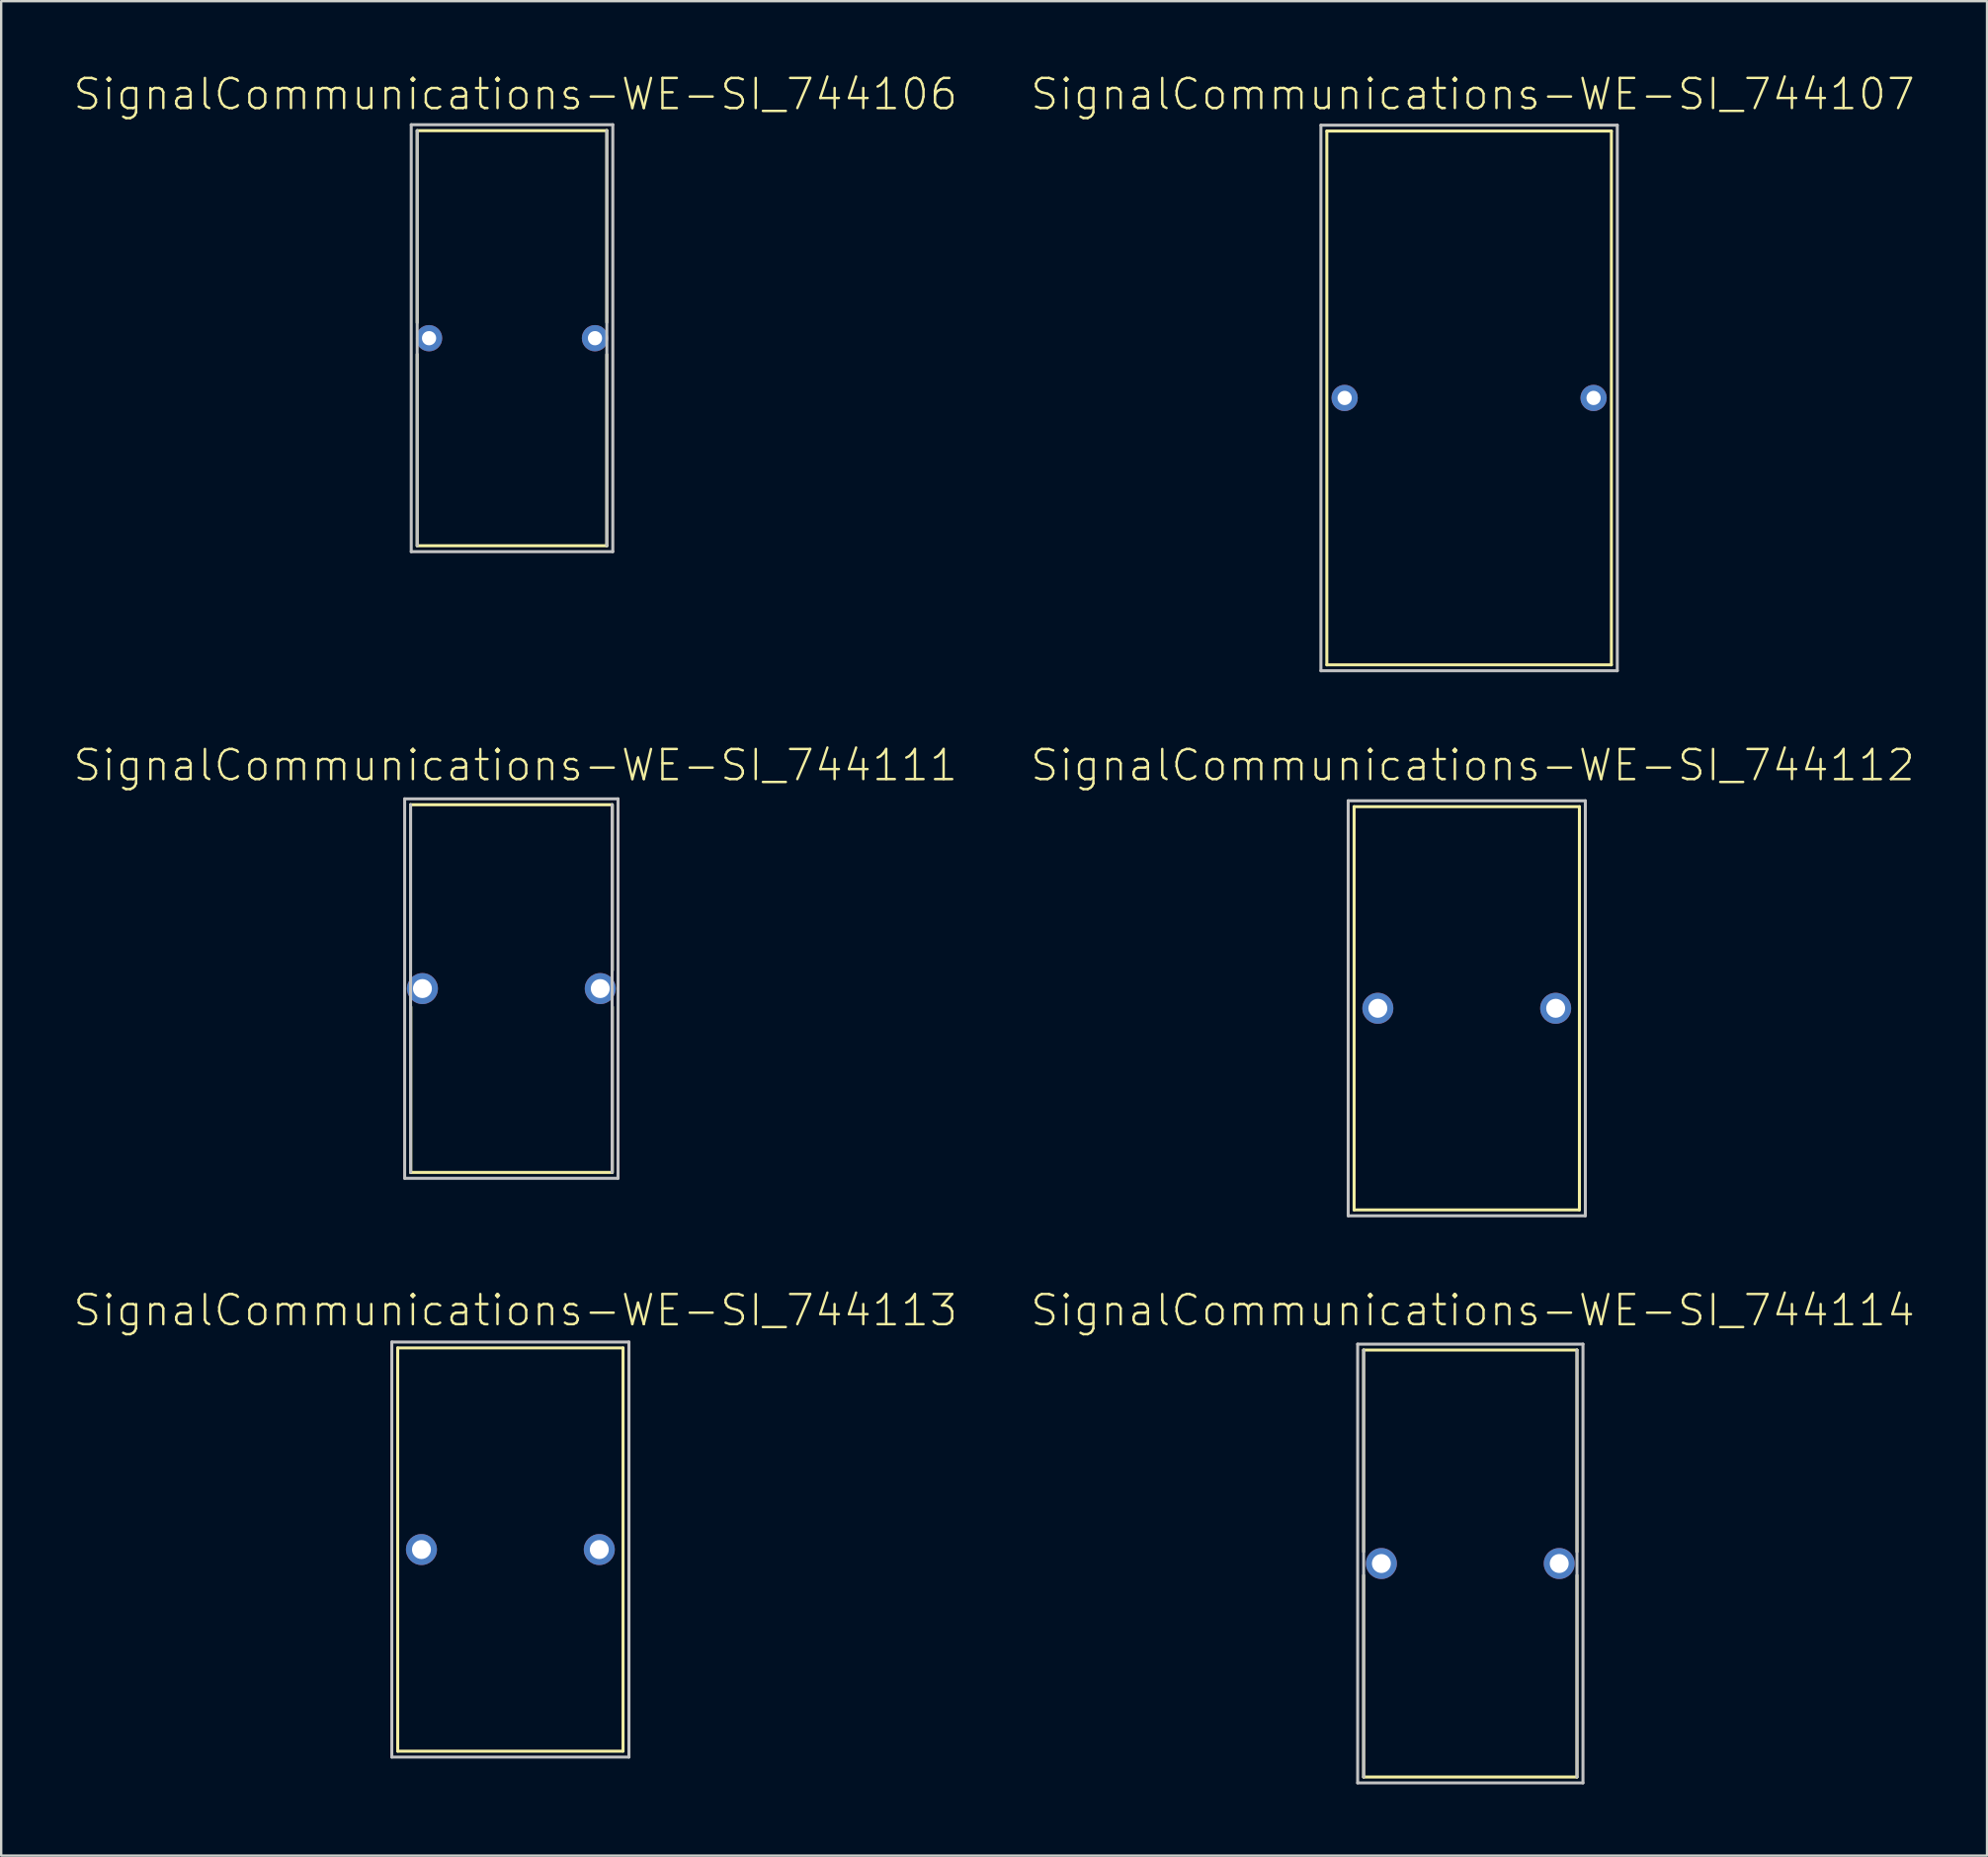
<source format=kicad_pcb>
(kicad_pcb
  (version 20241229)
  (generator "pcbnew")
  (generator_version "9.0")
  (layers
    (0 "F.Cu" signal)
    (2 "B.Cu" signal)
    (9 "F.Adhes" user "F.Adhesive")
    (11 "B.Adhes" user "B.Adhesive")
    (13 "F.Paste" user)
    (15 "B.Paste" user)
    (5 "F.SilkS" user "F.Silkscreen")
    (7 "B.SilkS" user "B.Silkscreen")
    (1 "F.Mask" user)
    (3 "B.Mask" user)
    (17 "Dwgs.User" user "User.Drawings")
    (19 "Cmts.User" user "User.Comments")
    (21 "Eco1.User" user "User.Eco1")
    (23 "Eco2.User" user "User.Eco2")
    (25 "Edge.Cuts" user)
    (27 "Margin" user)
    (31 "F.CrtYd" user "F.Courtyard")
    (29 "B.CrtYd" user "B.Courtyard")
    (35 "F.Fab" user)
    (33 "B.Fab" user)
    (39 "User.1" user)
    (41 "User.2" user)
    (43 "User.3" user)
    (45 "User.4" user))
  (footprint "SignalCommunications-WE-SI_744113"
    (layer "F.Cu")
    (at 18.469 62.269)
    (property "Reference" "SignalCommunications-WE-SI_744113" (at 0.213 -10.084 0) (layer "F.SilkS") (effects (font (size 1.27 1.27) (thickness 0.102))))
    (attr exclude_from_pos_files exclude_from_bom)
    (fp_line (start -4.75 -8.499) (end -4.75 8.499) (stroke (width 0.127) (type solid)) (layer "F.SilkS"))
    (fp_line (start -4.75 8.499) (end 4.75 8.499) (stroke (width 0.127) (type solid)) (layer "F.SilkS"))
    (fp_line (start 4.75 -8.499) (end -4.75 -8.499) (stroke (width 0.127) (type solid)) (layer "F.SilkS"))
    (fp_line (start 4.75 8.499) (end 4.75 -8.499) (stroke (width 0.127) (type solid)) (layer "F.SilkS"))
    (fp_line (start -4.999 -8.748) (end -4.999 8.748) (stroke (width 0.127) (type solid)) (layer "Dwgs.User"))
    (fp_line (start -4.999 8.748) (end 4.999 8.748) (stroke (width 0.127) (type solid)) (layer "Dwgs.User"))
    (fp_line (start 4.999 -8.748) (end -4.999 -8.748) (stroke (width 0.127) (type solid)) (layer "Dwgs.User"))
    (fp_line (start 4.999 8.748) (end 4.999 -8.748) (stroke (width 0.127) (type solid)) (layer "Dwgs.User"))
    (pad "1" thru_hole circle (at -3.749 0) (size 1.306 1.306) (drill 0.798) (layers "*.Cu" "*.Paste" "*.Mask"))
    (pad "2" thru_hole circle (at 3.749 0) (size 1.306 1.306) (drill 0.798) (layers "*.Cu" "*.Paste" "*.Mask")))
  (footprint "SignalCommunications-WE-SI_744112"
    (layer "F.Cu")
    (at 58.793 39.453)
    (property "Reference" "SignalCommunications-WE-SI_744112" (at 0.254 -10.244 0) (layer "F.SilkS") (effects (font (size 1.27 1.27) (thickness 0.102))))
    (attr exclude_from_pos_files exclude_from_bom)
    (fp_line (start -4.75 -8.499) (end -4.75 8.499) (stroke (width 0.127) (type solid)) (layer "F.SilkS"))
    (fp_line (start -4.75 8.499) (end 4.75 8.499) (stroke (width 0.127) (type solid)) (layer "F.SilkS"))
    (fp_line (start 4.75 -8.499) (end -4.75 -8.499) (stroke (width 0.127) (type solid)) (layer "F.SilkS"))
    (fp_line (start 4.75 8.499) (end 4.75 -8.499) (stroke (width 0.127) (type solid)) (layer "F.SilkS"))
    (fp_line (start -4.999 -8.748) (end -4.999 8.748) (stroke (width 0.127) (type solid)) (layer "Dwgs.User"))
    (fp_line (start -4.999 8.748) (end 4.999 8.748) (stroke (width 0.127) (type solid)) (layer "Dwgs.User"))
    (fp_line (start 4.999 -8.748) (end -4.999 -8.748) (stroke (width 0.127) (type solid)) (layer "Dwgs.User"))
    (fp_line (start 4.999 8.748) (end 4.999 -8.748) (stroke (width 0.127) (type solid)) (layer "Dwgs.User"))
    (pad "1" thru_hole circle (at -3.749 0) (size 1.306 1.306) (drill 0.798) (layers "*.Cu" "*.Paste" "*.Mask"))
    (pad "2" thru_hole circle (at 3.749 0) (size 1.306 1.306) (drill 0.798) (layers "*.Cu" "*.Paste" "*.Mask")))
  (footprint "SignalCommunications-WE-SI_744111"
    (layer "F.Cu")
    (at 18.51 38.622)
    (property "Reference" "SignalCommunications-WE-SI_744111" (at 0.173 -9.413 0) (layer "F.SilkS") (effects (font (size 1.27 1.27) (thickness 0.102))))
    (attr exclude_from_pos_files exclude_from_bom)
    (fp_line (start -4.249 -0.77) (end -4.249 -7.75) (stroke (width 0.127) (type solid)) (layer "F.SilkS"))
    (fp_line (start -4.249 7.75) (end -4.239 7.75) (stroke (width 0.127) (type solid)) (layer "F.SilkS"))
    (fp_line (start -4.239 0.77) (end -4.239 7.75) (stroke (width 0.127) (type solid)) (layer "F.SilkS"))
    (fp_line (start -4.239 7.75) (end 4.249 7.75) (stroke (width 0.127) (type solid)) (layer "F.SilkS"))
    (fp_line (start 4.249 -7.75) (end -4.249 -7.75) (stroke (width 0.127) (type solid)) (layer "F.SilkS"))
    (fp_line (start 4.26 -0.77) (end 4.26 -7.75) (stroke (width 0.127) (type solid)) (layer "F.SilkS"))
    (fp_line (start 4.26 0.77) (end 4.26 7.75) (stroke (width 0.127) (type solid)) (layer "F.SilkS"))
    (fp_line (start -4.498 -7.998) (end -4.498 7.998) (stroke (width 0.127) (type solid)) (layer "Dwgs.User"))
    (fp_line (start -4.498 7.998) (end 4.498 7.998) (stroke (width 0.127) (type solid)) (layer "Dwgs.User"))
    (fp_line (start -4.249 -7.75) (end -4.249 7.75) (stroke (width 0.127) (type solid)) (layer "Dwgs.User"))
    (fp_line (start 4.249 7.75) (end 4.249 -7.75) (stroke (width 0.127) (type solid)) (layer "Dwgs.User"))
    (fp_line (start 4.498 -7.998) (end -4.498 -7.998) (stroke (width 0.127) (type solid)) (layer "Dwgs.User"))
    (fp_line (start 4.498 7.998) (end 4.498 -7.998) (stroke (width 0.127) (type solid)) (layer "Dwgs.User"))
    (pad "1" thru_hole circle (at -3.749 0) (size 1.306 1.306) (drill 0.798) (layers "*.Cu" "*.Paste" "*.Mask"))
    (pad "2" thru_hole circle (at 3.749 0) (size 1.306 1.306) (drill 0.798) (layers "*.Cu" "*.Paste" "*.Mask")))
  (footprint "SignalCommunications-WE-SI_744114"
    (layer "F.Cu")
    (at 58.943 62.858)
    (property "Reference" "SignalCommunications-WE-SI_744114" (at 0.104 -10.673 0) (layer "F.SilkS") (effects (font (size 1.27 1.27) (thickness 0.102))))
    (attr exclude_from_pos_files exclude_from_bom)
    (fp_line (start -4.498 -0.498) (end -4.498 -8.999) (stroke (width 0.127) (type solid)) (layer "F.SilkS"))
    (fp_line (start -4.498 0.498) (end -4.498 8.999) (stroke (width 0.127) (type solid)) (layer "F.SilkS"))
    (fp_line (start -4.498 8.999) (end 4.498 8.999) (stroke (width 0.127) (type solid)) (layer "F.SilkS"))
    (fp_line (start 4.498 -8.999) (end -4.498 -8.999) (stroke (width 0.127) (type solid)) (layer "F.SilkS"))
    (fp_line (start 4.498 -0.498) (end 4.498 -8.999) (stroke (width 0.127) (type solid)) (layer "F.SilkS"))
    (fp_line (start 4.498 0.498) (end 4.498 8.999) (stroke (width 0.127) (type solid)) (layer "F.SilkS"))
    (fp_line (start -4.75 -9.248) (end -4.75 9.248) (stroke (width 0.127) (type solid)) (layer "Dwgs.User"))
    (fp_line (start -4.75 9.248) (end 4.75 9.248) (stroke (width 0.127) (type solid)) (layer "Dwgs.User"))
    (fp_line (start -4.498 -8.999) (end -4.498 8.999) (stroke (width 0.127) (type solid)) (layer "Dwgs.User"))
    (fp_line (start 4.498 8.999) (end 4.498 -8.999) (stroke (width 0.127) (type solid)) (layer "Dwgs.User"))
    (fp_line (start 4.75 -9.248) (end -4.75 -9.248) (stroke (width 0.127) (type solid)) (layer "Dwgs.User"))
    (fp_line (start 4.75 9.248) (end 4.75 -9.248) (stroke (width 0.127) (type solid)) (layer "Dwgs.User"))
    (pad "1" thru_hole circle (at -3.749 0) (size 1.306 1.306) (drill 0.798) (layers "*.Cu" "*.Paste" "*.Mask"))
    (pad "2" thru_hole circle (at 3.749 0) (size 1.306 1.306) (drill 0.798) (layers "*.Cu" "*.Paste" "*.Mask")))
  (footprint "SignalCommunications-WE-SI_744106"
    (layer "F.Cu")
    (at 18.538 11.206)
    (property "Reference" "SignalCommunications-WE-SI_744106" (at 0.145 -10.284 0) (layer "F.SilkS") (effects (font (size 1.27 1.27) (thickness 0.102))))
    (attr exclude_from_pos_files exclude_from_bom)
    (fp_line (start -3.998 -0.658) (end -3.998 -8.748) (stroke (width 0.127) (type solid)) (layer "F.SilkS"))
    (fp_line (start -3.998 0.678) (end -3.998 8.748) (stroke (width 0.127) (type solid)) (layer "F.SilkS"))
    (fp_line (start -3.998 8.748) (end 3.998 8.748) (stroke (width 0.127) (type solid)) (layer "F.SilkS"))
    (fp_line (start 3.998 -8.748) (end -3.998 -8.748) (stroke (width 0.127) (type solid)) (layer "F.SilkS"))
    (fp_line (start 3.998 -0.668) (end 3.998 -8.758) (stroke (width 0.127) (type solid)) (layer "F.SilkS"))
    (fp_line (start 3.998 0.688) (end 3.998 8.758) (stroke (width 0.127) (type solid)) (layer "F.SilkS"))
    (fp_line (start -4.249 -8.999) (end -4.249 8.999) (stroke (width 0.127) (type solid)) (layer "Dwgs.User"))
    (fp_line (start -4.249 8.999) (end 4.249 8.999) (stroke (width 0.127) (type solid)) (layer "Dwgs.User"))
    (fp_line (start -3.998 -8.748) (end -3.998 8.748) (stroke (width 0.127) (type solid)) (layer "Dwgs.User"))
    (fp_line (start 3.998 8.748) (end 3.998 -8.748) (stroke (width 0.127) (type solid)) (layer "Dwgs.User"))
    (fp_line (start 4.249 -8.999) (end -4.249 -8.999) (stroke (width 0.127) (type solid)) (layer "Dwgs.User"))
    (fp_line (start 4.249 8.999) (end 4.249 -8.999) (stroke (width 0.127) (type solid)) (layer "Dwgs.User"))
    (pad "1" thru_hole circle (at -3.498 0) (size 1.107 1.107) (drill 0.599) (layers "*.Cu" "*.Paste" "*.Mask"))
    (pad "2" thru_hole circle (at 3.498 0) (size 1.107 1.107) (drill 0.599) (layers "*.Cu" "*.Paste" "*.Mask")))
  (footprint "SignalCommunications-WE-SI_744107"
    (layer "F.Cu")
    (at 58.892 13.725)
    (property "Reference" "SignalCommunications-WE-SI_744107" (at 0.155 -12.804 0) (layer "F.SilkS") (effects (font (size 1.27 1.27) (thickness 0.102))))
    (attr exclude_from_pos_files exclude_from_bom)
    (fp_line (start -5.999 -11.25) (end -5.999 11.25) (stroke (width 0.127) (type solid)) (layer "F.SilkS"))
    (fp_line (start -5.999 11.25) (end 5.999 11.25) (stroke (width 0.127) (type solid)) (layer "F.SilkS"))
    (fp_line (start 5.999 -11.25) (end -5.999 -11.25) (stroke (width 0.127) (type solid)) (layer "F.SilkS"))
    (fp_line (start 5.999 11.25) (end 5.999 -11.25) (stroke (width 0.127) (type solid)) (layer "F.SilkS"))
    (fp_line (start -6.248 -11.499) (end -6.248 11.499) (stroke (width 0.127) (type solid)) (layer "Dwgs.User"))
    (fp_line (start -6.248 11.499) (end 6.248 11.499) (stroke (width 0.127) (type solid)) (layer "Dwgs.User"))
    (fp_line (start 6.248 -11.499) (end -6.248 -11.499) (stroke (width 0.127) (type solid)) (layer "Dwgs.User"))
    (fp_line (start 6.248 11.499) (end 6.248 -11.499) (stroke (width 0.127) (type solid)) (layer "Dwgs.User"))
    (pad "1" thru_hole circle (at -5.248 0) (size 1.107 1.107) (drill 0.599) (layers "*.Cu" "*.Paste" "*.Mask"))
    (pad "2" thru_hole circle (at 5.248 0) (size 1.107 1.107) (drill 0.599) (layers "*.Cu" "*.Paste" "*.Mask")))
  (gr_rect
    (start -3 -3)
    (end 80.729 75.17)
    (stroke (width 0.1) (type default))
    (fill no)
    (layer "Edge.Cuts")))
</source>
